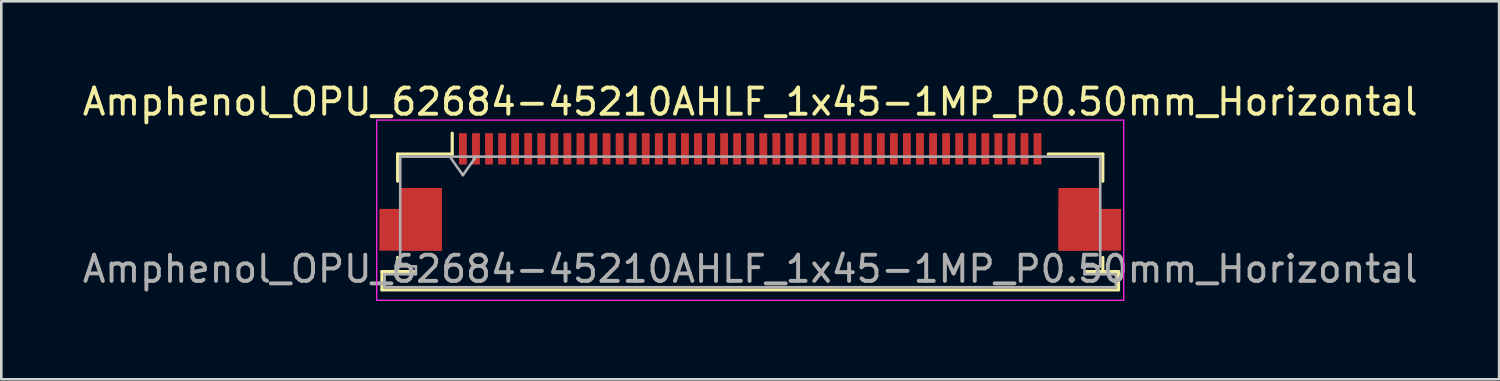
<source format=kicad_pcb>
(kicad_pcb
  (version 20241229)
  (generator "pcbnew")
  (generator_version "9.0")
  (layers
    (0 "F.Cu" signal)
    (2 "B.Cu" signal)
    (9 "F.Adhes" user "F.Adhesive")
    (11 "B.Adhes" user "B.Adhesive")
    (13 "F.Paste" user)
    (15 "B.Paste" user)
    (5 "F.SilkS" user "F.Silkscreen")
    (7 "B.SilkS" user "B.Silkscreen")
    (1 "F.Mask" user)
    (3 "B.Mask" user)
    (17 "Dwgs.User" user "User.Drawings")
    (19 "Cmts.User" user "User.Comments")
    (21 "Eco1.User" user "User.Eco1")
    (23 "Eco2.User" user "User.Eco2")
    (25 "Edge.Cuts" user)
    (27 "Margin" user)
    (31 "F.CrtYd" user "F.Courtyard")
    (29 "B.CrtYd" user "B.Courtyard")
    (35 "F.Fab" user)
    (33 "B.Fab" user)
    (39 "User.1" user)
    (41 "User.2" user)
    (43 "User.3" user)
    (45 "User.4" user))
  (footprint "Amphenol_OPU_62684-45210AHLF_1x45-1MP_P0.50mm_Horizontal"
    (layer "F.Cu")
    (at 25.673 4.298)
    (property "Reference" "Amphenol_OPU_62684-45210AHLF_1x45-1MP_P0.50mm_Horizontal" (at 0 -3.45 0) (layer "F.SilkS") (effects (font (size 1 1) (thickness 0.15))))
    (attr smd)
    (fp_line (start -14.1 3.05) (end -14.1 3.75) (stroke (width 0.12) (type solid)) (layer "F.SilkS"))
    (fp_line (start -14.1 3.75) (end 14.1 3.75) (stroke (width 0.12) (type solid)) (layer "F.SilkS"))
    (fp_line (start -13.5 -1.45) (end -13.5 -0.41) (stroke (width 0.12) (type solid)) (layer "F.SilkS"))
    (fp_line (start -13.5 2.51) (end -13.5 3.05) (stroke (width 0.12) (type solid)) (layer "F.SilkS"))
    (fp_line (start -13.5 3.05) (end -12.9 3.05) (stroke (width 0.12) (type solid)) (layer "F.SilkS"))
    (fp_line (start -12.9 3.05) (end -14.1 3.05) (stroke (width 0.12) (type solid)) (layer "F.SilkS"))
    (fp_line (start -11.41 -1.45) (end -13.5 -1.45) (stroke (width 0.12) (type solid)) (layer "F.SilkS"))
    (fp_line (start -11.41 -1.45) (end -11.41 -2.25) (stroke (width 0.12) (type solid)) (layer "F.SilkS"))
    (fp_line (start 11.41 -1.45) (end 13.5 -1.45) (stroke (width 0.12) (type solid)) (layer "F.SilkS"))
    (fp_line (start 12.9 3.05) (end 13.5 3.05) (stroke (width 0.12) (type solid)) (layer "F.SilkS"))
    (fp_line (start 13.5 -1.45) (end 13.5 -0.41) (stroke (width 0.12) (type solid)) (layer "F.SilkS"))
    (fp_line (start 13.5 3.05) (end 13.5 2.51) (stroke (width 0.12) (type solid)) (layer "F.SilkS"))
    (fp_line (start 14.1 3.05) (end 12.9 3.05) (stroke (width 0.12) (type solid)) (layer "F.SilkS"))
    (fp_line (start 14.1 3.75) (end 14.1 3.05) (stroke (width 0.12) (type solid)) (layer "F.SilkS"))
    (fp_line (start -14.3 -2.75) (end -14.3 4.15) (stroke (width 0.05) (type solid)) (layer "F.CrtYd"))
    (fp_line (start -14.3 4.15) (end 14.3 4.15) (stroke (width 0.05) (type solid)) (layer "F.CrtYd"))
    (fp_line (start 14.3 -2.75) (end -14.3 -2.75) (stroke (width 0.05) (type solid)) (layer "F.CrtYd"))
    (fp_line (start 14.3 4.15) (end 14.3 -2.75) (stroke (width 0.05) (type solid)) (layer "F.CrtYd"))
    (fp_line (start -14 3.15) (end -14 3.65) (stroke (width 0.1) (type solid)) (layer "F.Fab"))
    (fp_line (start -14 3.65) (end 0 3.65) (stroke (width 0.1) (type solid)) (layer "F.Fab"))
    (fp_line (start -13.4 -1.35) (end -13.4 2.85) (stroke (width 0.1) (type solid)) (layer "F.Fab"))
    (fp_line (start -13.4 2.85) (end -12.8 2.85) (stroke (width 0.1) (type solid)) (layer "F.Fab"))
    (fp_line (start -12.8 2.85) (end -12.8 3.15) (stroke (width 0.1) (type solid)) (layer "F.Fab"))
    (fp_line (start -12.8 3.15) (end -14 3.15) (stroke (width 0.1) (type solid)) (layer "F.Fab"))
    (fp_line (start -11.5 -1.35) (end -11 -0.643) (stroke (width 0.1) (type solid)) (layer "F.Fab"))
    (fp_line (start -11 -0.643) (end -10.5 -1.35) (stroke (width 0.1) (type solid)) (layer "F.Fab"))
    (fp_line (start 0 -1.35) (end -13.4 -1.35) (stroke (width 0.1) (type solid)) (layer "F.Fab"))
    (fp_line (start 0 -1.35) (end 13.4 -1.35) (stroke (width 0.1) (type solid)) (layer "F.Fab"))
    (fp_line (start 12.8 2.85) (end 12.8 3.15) (stroke (width 0.1) (type solid)) (layer "F.Fab"))
    (fp_line (start 12.8 3.15) (end 14 3.15) (stroke (width 0.1) (type solid)) (layer "F.Fab"))
    (fp_line (start 13.4 -1.35) (end 13.4 2.85) (stroke (width 0.1) (type solid)) (layer "F.Fab"))
    (fp_line (start 13.4 2.85) (end 12.8 2.85) (stroke (width 0.1) (type solid)) (layer "F.Fab"))
    (fp_line (start 14 3.15) (end 14 3.65) (stroke (width 0.1) (type solid)) (layer "F.Fab"))
    (fp_line (start 14 3.65) (end 0 3.65) (stroke (width 0.1) (type solid)) (layer "F.Fab"))
    (fp_text user "${REFERENCE}" (at 0 2.95 0) (layer "F.Fab") (effects (font (size 1 1) (thickness 0.15))))
    (pad "1" smd rect (at -11 -1.65) (size 0.3 1.2) (layers "F.Cu" "F.Mask" "F.Paste"))
    (pad "2" smd rect (at -10.5 -1.65) (size 0.3 1.2) (layers "F.Cu" "F.Mask" "F.Paste"))
    (pad "3" smd rect (at -10 -1.65) (size 0.3 1.2) (layers "F.Cu" "F.Mask" "F.Paste"))
    (pad "4" smd rect (at -9.5 -1.65) (size 0.3 1.2) (layers "F.Cu" "F.Mask" "F.Paste"))
    (pad "5" smd rect (at -9 -1.65) (size 0.3 1.2) (layers "F.Cu" "F.Mask" "F.Paste"))
    (pad "6" smd rect (at -8.5 -1.65) (size 0.3 1.2) (layers "F.Cu" "F.Mask" "F.Paste"))
    (pad "7" smd rect (at -8 -1.65) (size 0.3 1.2) (layers "F.Cu" "F.Mask" "F.Paste"))
    (pad "8" smd rect (at -7.5 -1.65) (size 0.3 1.2) (layers "F.Cu" "F.Mask" "F.Paste"))
    (pad "9" smd rect (at -7 -1.65) (size 0.3 1.2) (layers "F.Cu" "F.Mask" "F.Paste"))
    (pad "10" smd rect (at -6.5 -1.65) (size 0.3 1.2) (layers "F.Cu" "F.Mask" "F.Paste"))
    (pad "11" smd rect (at -6 -1.65) (size 0.3 1.2) (layers "F.Cu" "F.Mask" "F.Paste"))
    (pad "12" smd rect (at -5.5 -1.65) (size 0.3 1.2) (layers "F.Cu" "F.Mask" "F.Paste"))
    (pad "13" smd rect (at -5 -1.65) (size 0.3 1.2) (layers "F.Cu" "F.Mask" "F.Paste"))
    (pad "14" smd rect (at -4.5 -1.65) (size 0.3 1.2) (layers "F.Cu" "F.Mask" "F.Paste"))
    (pad "15" smd rect (at -4 -1.65) (size 0.3 1.2) (layers "F.Cu" "F.Mask" "F.Paste"))
    (pad "16" smd rect (at -3.5 -1.65) (size 0.3 1.2) (layers "F.Cu" "F.Mask" "F.Paste"))
    (pad "17" smd rect (at -3 -1.65) (size 0.3 1.2) (layers "F.Cu" "F.Mask" "F.Paste"))
    (pad "18" smd rect (at -2.5 -1.65) (size 0.3 1.2) (layers "F.Cu" "F.Mask" "F.Paste"))
    (pad "19" smd rect (at -2 -1.65) (size 0.3 1.2) (layers "F.Cu" "F.Mask" "F.Paste"))
    (pad "20" smd rect (at -1.5 -1.65) (size 0.3 1.2) (layers "F.Cu" "F.Mask" "F.Paste"))
    (pad "21" smd rect (at -1 -1.65) (size 0.3 1.2) (layers "F.Cu" "F.Mask" "F.Paste"))
    (pad "22" smd rect (at -0.5 -1.65) (size 0.3 1.2) (layers "F.Cu" "F.Mask" "F.Paste"))
    (pad "23" smd rect (at 0 -1.65) (size 0.3 1.2) (layers "F.Cu" "F.Mask" "F.Paste"))
    (pad "24" smd rect (at 0.5 -1.65) (size 0.3 1.2) (layers "F.Cu" "F.Mask" "F.Paste"))
    (pad "25" smd rect (at 1 -1.65) (size 0.3 1.2) (layers "F.Cu" "F.Mask" "F.Paste"))
    (pad "26" smd rect (at 1.5 -1.65) (size 0.3 1.2) (layers "F.Cu" "F.Mask" "F.Paste"))
    (pad "27" smd rect (at 2 -1.65) (size 0.3 1.2) (layers "F.Cu" "F.Mask" "F.Paste"))
    (pad "28" smd rect (at 2.5 -1.65) (size 0.3 1.2) (layers "F.Cu" "F.Mask" "F.Paste"))
    (pad "29" smd rect (at 3 -1.65) (size 0.3 1.2) (layers "F.Cu" "F.Mask" "F.Paste"))
    (pad "30" smd rect (at 3.5 -1.65) (size 0.3 1.2) (layers "F.Cu" "F.Mask" "F.Paste"))
    (pad "31" smd rect (at 4 -1.65) (size 0.3 1.2) (layers "F.Cu" "F.Mask" "F.Paste"))
    (pad "32" smd rect (at 4.5 -1.65) (size 0.3 1.2) (layers "F.Cu" "F.Mask" "F.Paste"))
    (pad "33" smd rect (at 5 -1.65) (size 0.3 1.2) (layers "F.Cu" "F.Mask" "F.Paste"))
    (pad "34" smd rect (at 5.5 -1.65) (size 0.3 1.2) (layers "F.Cu" "F.Mask" "F.Paste"))
    (pad "35" smd rect (at 6 -1.65) (size 0.3 1.2) (layers "F.Cu" "F.Mask" "F.Paste"))
    (pad "36" smd rect (at 6.5 -1.65) (size 0.3 1.2) (layers "F.Cu" "F.Mask" "F.Paste"))
    (pad "37" smd rect (at 7 -1.65) (size 0.3 1.2) (layers "F.Cu" "F.Mask" "F.Paste"))
    (pad "38" smd rect (at 7.5 -1.65) (size 0.3 1.2) (layers "F.Cu" "F.Mask" "F.Paste"))
    (pad "39" smd rect (at 8 -1.65) (size 0.3 1.2) (layers "F.Cu" "F.Mask" "F.Paste"))
    (pad "40" smd rect (at 8.5 -1.65) (size 0.3 1.2) (layers "F.Cu" "F.Mask" "F.Paste"))
    (pad "41" smd rect (at 9 -1.65) (size 0.3 1.2) (layers "F.Cu" "F.Mask" "F.Paste"))
    (pad "42" smd rect (at 9.5 -1.65) (size 0.3 1.2) (layers "F.Cu" "F.Mask" "F.Paste"))
    (pad "43" smd rect (at 10 -1.65) (size 0.3 1.2) (layers "F.Cu" "F.Mask" "F.Paste"))
    (pad "44" smd rect (at 10.5 -1.65) (size 0.3 1.2) (layers "F.Cu" "F.Mask" "F.Paste"))
    (pad "45" smd rect (at 11 -1.65) (size 0.3 1.2) (layers "F.Cu" "F.Mask" "F.Paste"))
    (pad "MP" smd rect (at -13 1.45) (size 2.4 1.6) (layers "F.Cu" "F.Mask" "F.Paste"))
    (pad "MP" smd rect (at -12.6 1.05) (size 1.6 2.4) (layers "F.Cu" "F.Mask" "F.Paste"))
    (pad "MP" smd rect (at 12.6 1.05) (size 1.6 2.4) (layers "F.Cu" "F.Mask" "F.Paste"))
    (pad "MP" smd rect (at 13 1.45) (size 2.4 1.6) (layers "F.Cu" "F.Mask" "F.Paste")))
  (gr_rect
    (start -3 -3)
    (end 54.345 11.473)
    (stroke (width 0.1) (type default))
    (fill no)
    (layer "Edge.Cuts")))
</source>
